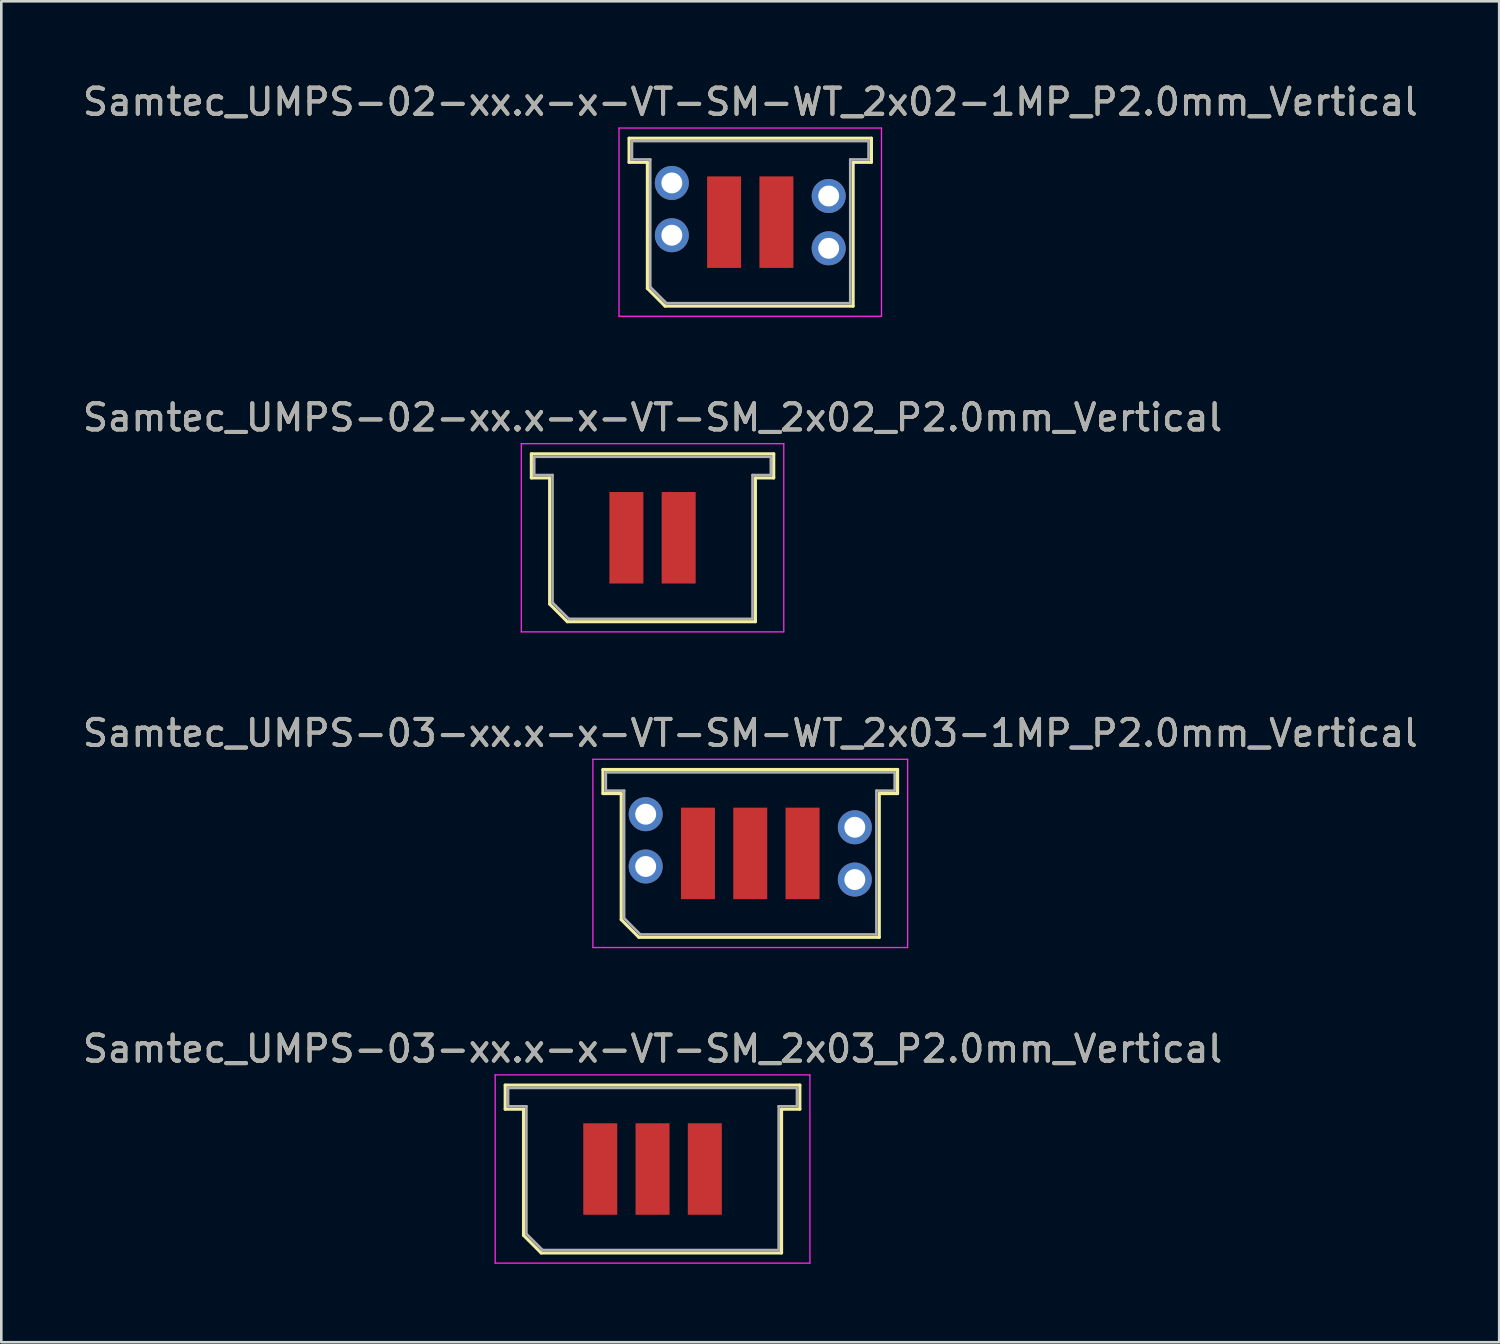
<source format=kicad_pcb>
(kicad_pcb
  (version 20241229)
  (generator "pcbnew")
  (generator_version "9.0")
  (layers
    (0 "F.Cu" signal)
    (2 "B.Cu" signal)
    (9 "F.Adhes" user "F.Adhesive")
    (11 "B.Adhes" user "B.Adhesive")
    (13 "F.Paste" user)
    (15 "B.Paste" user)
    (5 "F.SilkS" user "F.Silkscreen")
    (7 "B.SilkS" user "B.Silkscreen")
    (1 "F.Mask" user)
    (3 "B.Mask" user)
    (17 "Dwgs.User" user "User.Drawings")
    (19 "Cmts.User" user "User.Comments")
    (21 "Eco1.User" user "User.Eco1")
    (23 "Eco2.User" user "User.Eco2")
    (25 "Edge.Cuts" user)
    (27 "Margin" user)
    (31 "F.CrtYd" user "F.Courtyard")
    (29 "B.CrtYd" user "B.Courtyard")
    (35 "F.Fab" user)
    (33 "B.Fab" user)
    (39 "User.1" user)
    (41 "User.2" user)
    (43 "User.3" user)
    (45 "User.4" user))
  (footprint "Samtec_UMPS-02-xx.x-x-VT-SM-WT_2x02-1MP_P2.0mm_Vertical"
    (layer "F.Cu")
    (at 25.649 5.448)
    (property "Reference" "Samtec_UMPS-02-xx.x-x-VT-SM-WT_2x02-1MP_P2.0mm_Vertical" (at 0 -4.6 0) (layer "F.SilkS") (effects (font (size 1 1) (thickness 0.15))))
    (attr smd)
    (fp_line (start -4.635 -3.21) (end -4.635 -2.29) (stroke (width 0.12) (type solid)) (layer "F.SilkS"))
    (fp_line (start -4.635 -2.29) (end -3.935 -2.29) (stroke (width 0.12) (type solid)) (layer "F.SilkS"))
    (fp_line (start -3.935 -2.29) (end -3.935 2.535) (stroke (width 0.12) (type solid)) (layer "F.SilkS"))
    (fp_line (start -3.935 2.535) (end -3.26 3.21) (stroke (width 0.12) (type solid)) (layer "F.SilkS"))
    (fp_line (start -3.26 3.21) (end 3.935 3.21) (stroke (width 0.12) (type solid)) (layer "F.SilkS"))
    (fp_line (start 3.935 -2.29) (end 4.635 -2.29) (stroke (width 0.12) (type solid)) (layer "F.SilkS"))
    (fp_line (start 3.935 3.21) (end 3.935 -2.29) (stroke (width 0.12) (type solid)) (layer "F.SilkS"))
    (fp_line (start 4.635 -3.21) (end -4.635 -3.21) (stroke (width 0.12) (type solid)) (layer "F.SilkS"))
    (fp_line (start 4.635 -2.29) (end 4.635 -3.21) (stroke (width 0.12) (type solid)) (layer "F.SilkS"))
    (fp_line (start -5.02 -3.6) (end -5.02 3.6) (stroke (width 0.05) (type solid)) (layer "F.CrtYd"))
    (fp_line (start -5.02 3.6) (end 5.02 3.6) (stroke (width 0.05) (type solid)) (layer "F.CrtYd"))
    (fp_line (start 5.02 -3.6) (end -5.02 -3.6) (stroke (width 0.05) (type solid)) (layer "F.CrtYd"))
    (fp_line (start 5.02 3.6) (end 5.02 -3.6) (stroke (width 0.05) (type solid)) (layer "F.CrtYd"))
    (fp_line (start -4.525 -3.1) (end -4.525 -2.4) (stroke (width 0.1) (type solid)) (layer "F.Fab"))
    (fp_line (start -4.525 -2.4) (end -3.825 -2.4) (stroke (width 0.1) (type solid)) (layer "F.Fab"))
    (fp_line (start -3.825 -2.4) (end -3.825 2.48) (stroke (width 0.1) (type solid)) (layer "F.Fab"))
    (fp_line (start -3.825 2.48) (end -3.205 3.1) (stroke (width 0.1) (type solid)) (layer "F.Fab"))
    (fp_line (start -3.205 3.1) (end 3.825 3.1) (stroke (width 0.1) (type solid)) (layer "F.Fab"))
    (fp_line (start 3.825 -2.4) (end 4.525 -2.4) (stroke (width 0.1) (type solid)) (layer "F.Fab"))
    (fp_line (start 3.825 3.1) (end 3.825 -2.4) (stroke (width 0.1) (type solid)) (layer "F.Fab"))
    (fp_line (start 4.525 -3.1) (end -4.525 -3.1) (stroke (width 0.1) (type solid)) (layer "F.Fab"))
    (fp_line (start 4.525 -2.4) (end 4.525 -3.1) (stroke (width 0.1) (type solid)) (layer "F.Fab"))
    (fp_text user "${REFERENCE}" (at 0 -4.6 0) (layer "F.Fab") (effects (font (size 1 1) (thickness 0.15))))
    (pad "1" smd rect (at -1 0) (size 1.3 3.5) (layers "F.Cu" "F.Mask" "F.Paste"))
    (pad "2" smd rect (at 1 0) (size 1.3 3.5) (layers "F.Cu" "F.Mask" "F.Paste"))
    (pad "MP" thru_hole circle (at -3 -1.5) (size 1.3 1.3) (drill 0.8) (layers "*.Cu" "*.Mask"))
    (pad "MP" thru_hole circle (at -3 0.5) (size 1.3 1.3) (drill 0.8) (layers "*.Cu" "*.Mask"))
    (pad "MP" thru_hole circle (at 3 -1) (size 1.3 1.3) (drill 0.8) (layers "*.Cu" "*.Mask"))
    (pad "MP" thru_hole circle (at 3 1) (size 1.3 1.3) (drill 0.8) (layers "*.Cu" "*.Mask")))
  (footprint "Samtec_UMPS-03-xx.x-x-VT-SM-WT_2x03-1MP_P2.0mm_Vertical"
    (layer "F.Cu")
    (at 25.649 29.595)
    (property "Reference" "Samtec_UMPS-03-xx.x-x-VT-SM-WT_2x03-1MP_P2.0mm_Vertical" (at 0 -4.6 0) (layer "F.SilkS") (effects (font (size 1 1) (thickness 0.15))))
    (attr smd)
    (fp_line (start -5.635 -3.21) (end -5.635 -2.29) (stroke (width 0.12) (type solid)) (layer "F.SilkS"))
    (fp_line (start -5.635 -2.29) (end -4.935 -2.29) (stroke (width 0.12) (type solid)) (layer "F.SilkS"))
    (fp_line (start -4.935 -2.29) (end -4.935 2.535) (stroke (width 0.12) (type solid)) (layer "F.SilkS"))
    (fp_line (start -4.935 2.535) (end -4.26 3.21) (stroke (width 0.12) (type solid)) (layer "F.SilkS"))
    (fp_line (start -4.26 3.21) (end 4.935 3.21) (stroke (width 0.12) (type solid)) (layer "F.SilkS"))
    (fp_line (start 4.935 -2.29) (end 5.635 -2.29) (stroke (width 0.12) (type solid)) (layer "F.SilkS"))
    (fp_line (start 4.935 3.21) (end 4.935 -2.29) (stroke (width 0.12) (type solid)) (layer "F.SilkS"))
    (fp_line (start 5.635 -3.21) (end -5.635 -3.21) (stroke (width 0.12) (type solid)) (layer "F.SilkS"))
    (fp_line (start 5.635 -2.29) (end 5.635 -3.21) (stroke (width 0.12) (type solid)) (layer "F.SilkS"))
    (fp_line (start -6.02 -3.6) (end -6.02 3.6) (stroke (width 0.05) (type solid)) (layer "F.CrtYd"))
    (fp_line (start -6.02 3.6) (end 6.02 3.6) (stroke (width 0.05) (type solid)) (layer "F.CrtYd"))
    (fp_line (start 6.02 -3.6) (end -6.02 -3.6) (stroke (width 0.05) (type solid)) (layer "F.CrtYd"))
    (fp_line (start 6.02 3.6) (end 6.02 -3.6) (stroke (width 0.05) (type solid)) (layer "F.CrtYd"))
    (fp_line (start -5.525 -3.1) (end -5.525 -2.4) (stroke (width 0.1) (type solid)) (layer "F.Fab"))
    (fp_line (start -5.525 -2.4) (end -4.825 -2.4) (stroke (width 0.1) (type solid)) (layer "F.Fab"))
    (fp_line (start -4.825 -2.4) (end -4.825 2.48) (stroke (width 0.1) (type solid)) (layer "F.Fab"))
    (fp_line (start -4.825 2.48) (end -4.205 3.1) (stroke (width 0.1) (type solid)) (layer "F.Fab"))
    (fp_line (start -4.205 3.1) (end 4.825 3.1) (stroke (width 0.1) (type solid)) (layer "F.Fab"))
    (fp_line (start 4.825 -2.4) (end 5.525 -2.4) (stroke (width 0.1) (type solid)) (layer "F.Fab"))
    (fp_line (start 4.825 3.1) (end 4.825 -2.4) (stroke (width 0.1) (type solid)) (layer "F.Fab"))
    (fp_line (start 5.525 -3.1) (end -5.525 -3.1) (stroke (width 0.1) (type solid)) (layer "F.Fab"))
    (fp_line (start 5.525 -2.4) (end 5.525 -3.1) (stroke (width 0.1) (type solid)) (layer "F.Fab"))
    (fp_text user "${REFERENCE}" (at 0 -4.6 0) (layer "F.Fab") (effects (font (size 1 1) (thickness 0.15))))
    (pad "1" smd rect (at -2 0) (size 1.3 3.5) (layers "F.Cu" "F.Mask" "F.Paste"))
    (pad "2" smd rect (at 0 0) (size 1.3 3.5) (layers "F.Cu" "F.Mask" "F.Paste"))
    (pad "3" smd rect (at 2 0) (size 1.3 3.5) (layers "F.Cu" "F.Mask" "F.Paste"))
    (pad "MP" thru_hole circle (at -4 -1.5) (size 1.3 1.3) (drill 0.8) (layers "*.Cu" "*.Mask"))
    (pad "MP" thru_hole circle (at -4 0.5) (size 1.3 1.3) (drill 0.8) (layers "*.Cu" "*.Mask"))
    (pad "MP" thru_hole circle (at 4 -1) (size 1.3 1.3) (drill 0.8) (layers "*.Cu" "*.Mask"))
    (pad "MP" thru_hole circle (at 4 1) (size 1.3 1.3) (drill 0.8) (layers "*.Cu" "*.Mask")))
  (footprint "Samtec_UMPS-02-xx.x-x-VT-SM_2x02_P2.0mm_Vertical"
    (layer "F.Cu")
    (at 21.911 17.521)
    (property "Reference" "Samtec_UMPS-02-xx.x-x-VT-SM_2x02_P2.0mm_Vertical" (at 0 -4.6 0) (layer "F.SilkS") (effects (font (size 1 1) (thickness 0.15))))
    (attr smd)
    (fp_line (start -4.635 -3.21) (end -4.635 -2.29) (stroke (width 0.12) (type solid)) (layer "F.SilkS"))
    (fp_line (start -4.635 -2.29) (end -3.935 -2.29) (stroke (width 0.12) (type solid)) (layer "F.SilkS"))
    (fp_line (start -3.935 -2.29) (end -3.935 2.535) (stroke (width 0.12) (type solid)) (layer "F.SilkS"))
    (fp_line (start -3.935 2.535) (end -3.26 3.21) (stroke (width 0.12) (type solid)) (layer "F.SilkS"))
    (fp_line (start -3.26 3.21) (end 3.935 3.21) (stroke (width 0.12) (type solid)) (layer "F.SilkS"))
    (fp_line (start 3.935 -2.29) (end 4.635 -2.29) (stroke (width 0.12) (type solid)) (layer "F.SilkS"))
    (fp_line (start 3.935 3.21) (end 3.935 -2.29) (stroke (width 0.12) (type solid)) (layer "F.SilkS"))
    (fp_line (start 4.635 -3.21) (end -4.635 -3.21) (stroke (width 0.12) (type solid)) (layer "F.SilkS"))
    (fp_line (start 4.635 -2.29) (end 4.635 -3.21) (stroke (width 0.12) (type solid)) (layer "F.SilkS"))
    (fp_line (start -5.02 -3.6) (end -5.02 3.6) (stroke (width 0.05) (type solid)) (layer "F.CrtYd"))
    (fp_line (start -5.02 3.6) (end 5.02 3.6) (stroke (width 0.05) (type solid)) (layer "F.CrtYd"))
    (fp_line (start 5.02 -3.6) (end -5.02 -3.6) (stroke (width 0.05) (type solid)) (layer "F.CrtYd"))
    (fp_line (start 5.02 3.6) (end 5.02 -3.6) (stroke (width 0.05) (type solid)) (layer "F.CrtYd"))
    (fp_line (start -4.525 -3.1) (end -4.525 -2.4) (stroke (width 0.1) (type solid)) (layer "F.Fab"))
    (fp_line (start -4.525 -2.4) (end -3.825 -2.4) (stroke (width 0.1) (type solid)) (layer "F.Fab"))
    (fp_line (start -3.825 -2.4) (end -3.825 2.48) (stroke (width 0.1) (type solid)) (layer "F.Fab"))
    (fp_line (start -3.825 2.48) (end -3.205 3.1) (stroke (width 0.1) (type solid)) (layer "F.Fab"))
    (fp_line (start -3.205 3.1) (end 3.825 3.1) (stroke (width 0.1) (type solid)) (layer "F.Fab"))
    (fp_line (start 3.825 -2.4) (end 4.525 -2.4) (stroke (width 0.1) (type solid)) (layer "F.Fab"))
    (fp_line (start 3.825 3.1) (end 3.825 -2.4) (stroke (width 0.1) (type solid)) (layer "F.Fab"))
    (fp_line (start 4.525 -3.1) (end -4.525 -3.1) (stroke (width 0.1) (type solid)) (layer "F.Fab"))
    (fp_line (start 4.525 -2.4) (end 4.525 -3.1) (stroke (width 0.1) (type solid)) (layer "F.Fab"))
    (fp_text user "${REFERENCE}" (at 0 -4.6 0) (layer "F.Fab") (effects (font (size 1 1) (thickness 0.15))))
    (pad "1" smd rect (at -1 0) (size 1.3 3.5) (layers "F.Cu" "F.Mask" "F.Paste"))
    (pad "2" smd rect (at 1 0) (size 1.3 3.5) (layers "F.Cu" "F.Mask" "F.Paste")))
  (footprint "Samtec_UMPS-03-xx.x-x-VT-SM_2x03_P2.0mm_Vertical"
    (layer "F.Cu")
    (at 21.911 41.668)
    (property "Reference" "Samtec_UMPS-03-xx.x-x-VT-SM_2x03_P2.0mm_Vertical" (at 0 -4.6 0) (layer "F.SilkS") (effects (font (size 1 1) (thickness 0.15))))
    (attr smd)
    (fp_line (start -5.635 -3.21) (end -5.635 -2.29) (stroke (width 0.12) (type solid)) (layer "F.SilkS"))
    (fp_line (start -5.635 -2.29) (end -4.935 -2.29) (stroke (width 0.12) (type solid)) (layer "F.SilkS"))
    (fp_line (start -4.935 -2.29) (end -4.935 2.535) (stroke (width 0.12) (type solid)) (layer "F.SilkS"))
    (fp_line (start -4.935 2.535) (end -4.26 3.21) (stroke (width 0.12) (type solid)) (layer "F.SilkS"))
    (fp_line (start -4.26 3.21) (end 4.935 3.21) (stroke (width 0.12) (type solid)) (layer "F.SilkS"))
    (fp_line (start 4.935 -2.29) (end 5.635 -2.29) (stroke (width 0.12) (type solid)) (layer "F.SilkS"))
    (fp_line (start 4.935 3.21) (end 4.935 -2.29) (stroke (width 0.12) (type solid)) (layer "F.SilkS"))
    (fp_line (start 5.635 -3.21) (end -5.635 -3.21) (stroke (width 0.12) (type solid)) (layer "F.SilkS"))
    (fp_line (start 5.635 -2.29) (end 5.635 -3.21) (stroke (width 0.12) (type solid)) (layer "F.SilkS"))
    (fp_line (start -6.02 -3.6) (end -6.02 3.6) (stroke (width 0.05) (type solid)) (layer "F.CrtYd"))
    (fp_line (start -6.02 3.6) (end 6.02 3.6) (stroke (width 0.05) (type solid)) (layer "F.CrtYd"))
    (fp_line (start 6.02 -3.6) (end -6.02 -3.6) (stroke (width 0.05) (type solid)) (layer "F.CrtYd"))
    (fp_line (start 6.02 3.6) (end 6.02 -3.6) (stroke (width 0.05) (type solid)) (layer "F.CrtYd"))
    (fp_line (start -5.525 -3.1) (end -5.525 -2.4) (stroke (width 0.1) (type solid)) (layer "F.Fab"))
    (fp_line (start -5.525 -2.4) (end -4.825 -2.4) (stroke (width 0.1) (type solid)) (layer "F.Fab"))
    (fp_line (start -4.825 -2.4) (end -4.825 2.48) (stroke (width 0.1) (type solid)) (layer "F.Fab"))
    (fp_line (start -4.825 2.48) (end -4.205 3.1) (stroke (width 0.1) (type solid)) (layer "F.Fab"))
    (fp_line (start -4.205 3.1) (end 4.825 3.1) (stroke (width 0.1) (type solid)) (layer "F.Fab"))
    (fp_line (start 4.825 -2.4) (end 5.525 -2.4) (stroke (width 0.1) (type solid)) (layer "F.Fab"))
    (fp_line (start 4.825 3.1) (end 4.825 -2.4) (stroke (width 0.1) (type solid)) (layer "F.Fab"))
    (fp_line (start 5.525 -3.1) (end -5.525 -3.1) (stroke (width 0.1) (type solid)) (layer "F.Fab"))
    (fp_line (start 5.525 -2.4) (end 5.525 -3.1) (stroke (width 0.1) (type solid)) (layer "F.Fab"))
    (fp_text user "${REFERENCE}" (at 0 -4.6 0) (layer "F.Fab") (effects (font (size 1 1) (thickness 0.15))))
    (pad "1" smd rect (at -2 0) (size 1.3 3.5) (layers "F.Cu" "F.Mask" "F.Paste"))
    (pad "2" smd rect (at 0 0) (size 1.3 3.5) (layers "F.Cu" "F.Mask" "F.Paste"))
    (pad "3" smd rect (at 2 0) (size 1.3 3.5) (layers "F.Cu" "F.Mask" "F.Paste")))
  (gr_rect
    (start -3 -3)
    (end 54.298 48.293)
    (stroke (width 0.1) (type default))
    (fill no)
    (layer "Edge.Cuts")))
</source>
